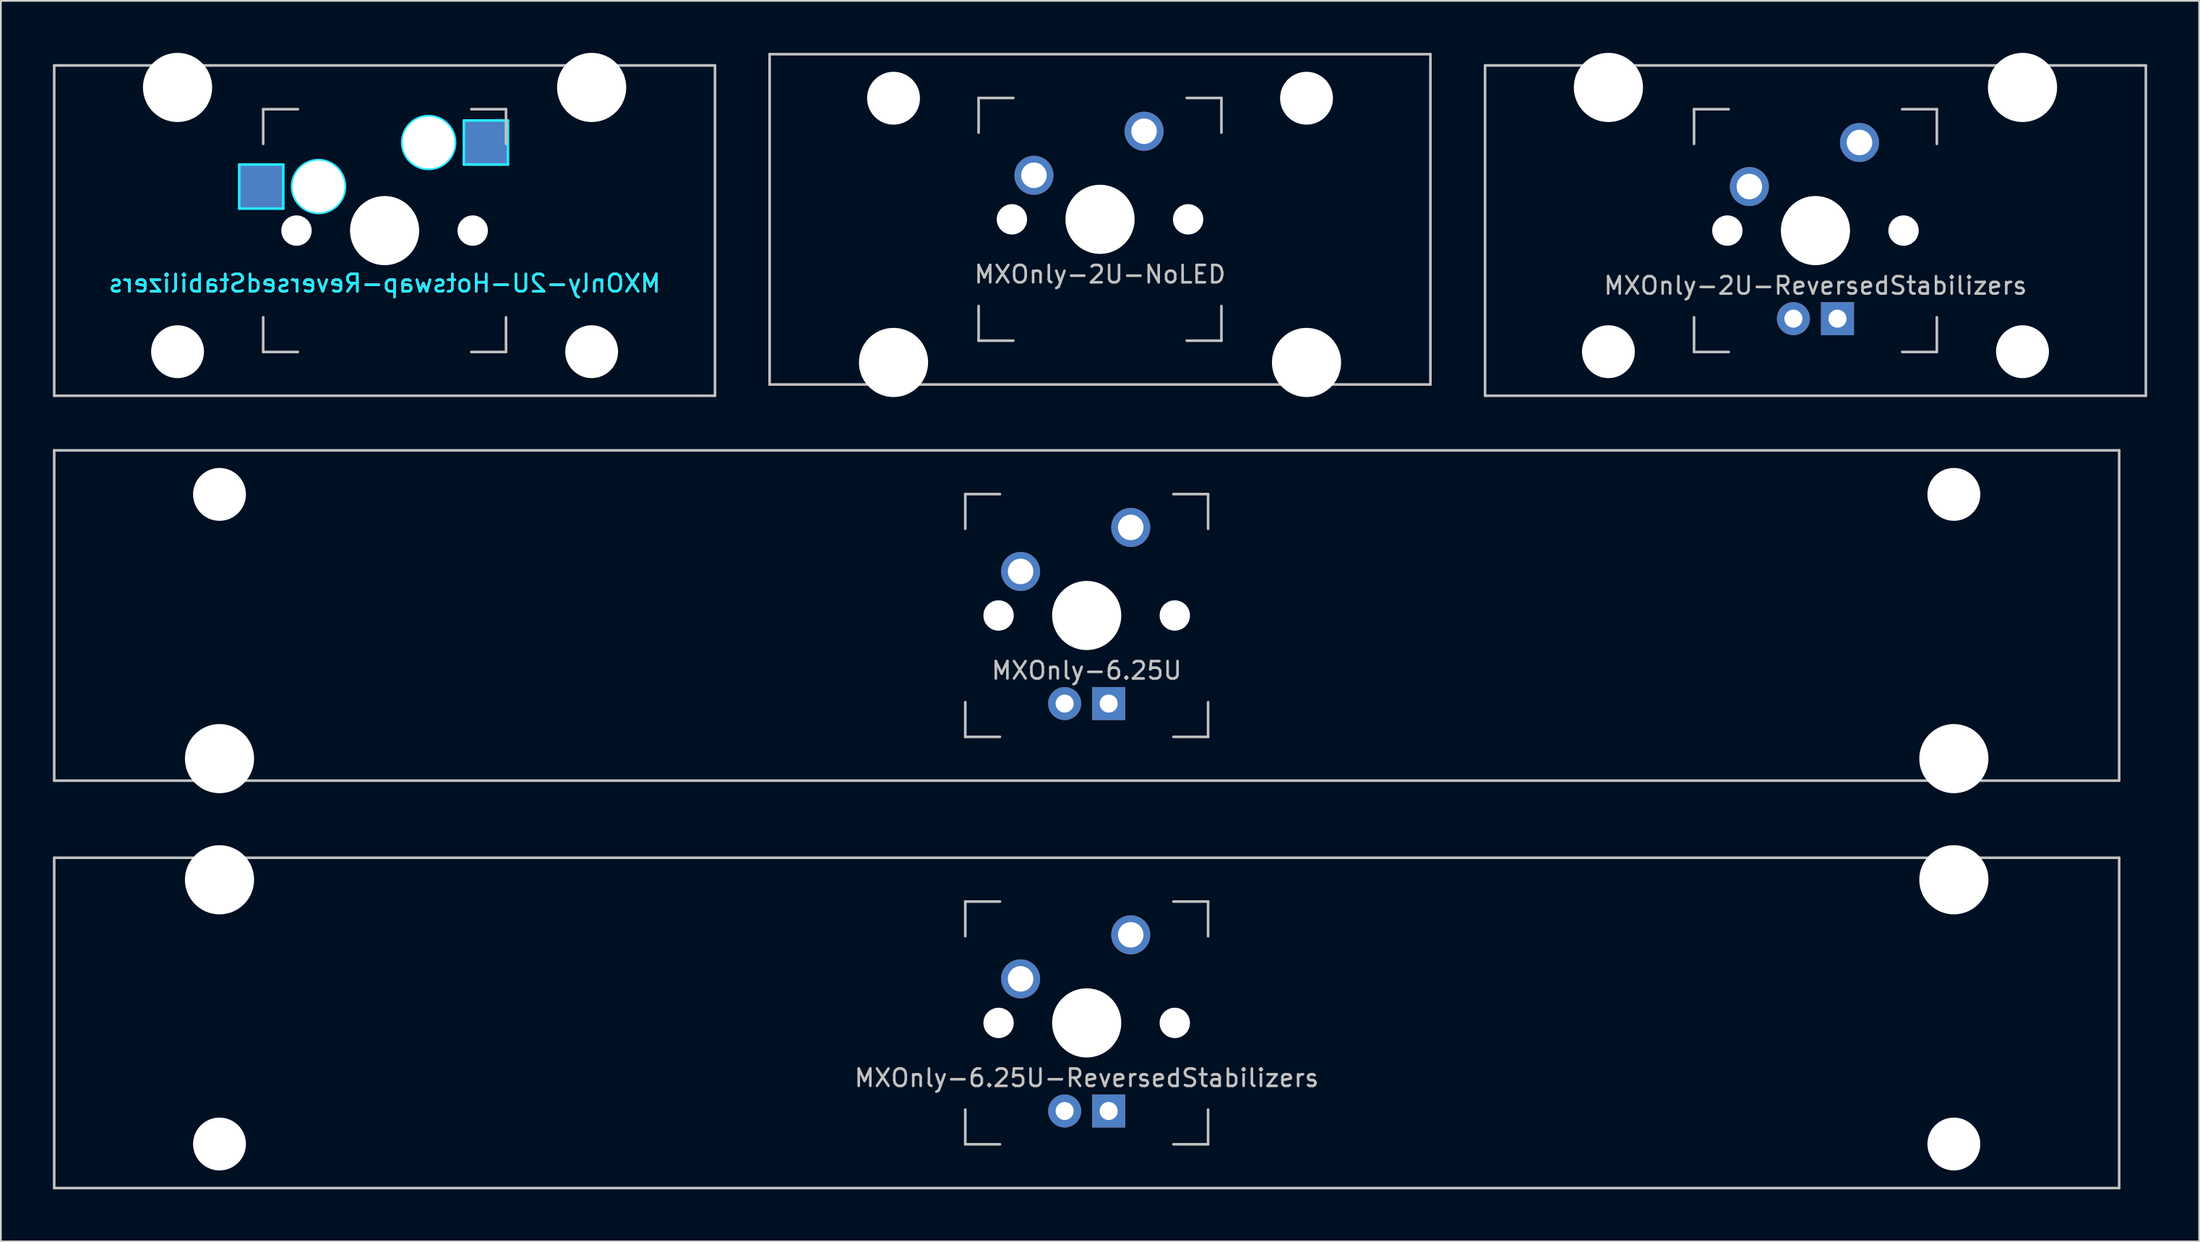
<source format=kicad_pcb>
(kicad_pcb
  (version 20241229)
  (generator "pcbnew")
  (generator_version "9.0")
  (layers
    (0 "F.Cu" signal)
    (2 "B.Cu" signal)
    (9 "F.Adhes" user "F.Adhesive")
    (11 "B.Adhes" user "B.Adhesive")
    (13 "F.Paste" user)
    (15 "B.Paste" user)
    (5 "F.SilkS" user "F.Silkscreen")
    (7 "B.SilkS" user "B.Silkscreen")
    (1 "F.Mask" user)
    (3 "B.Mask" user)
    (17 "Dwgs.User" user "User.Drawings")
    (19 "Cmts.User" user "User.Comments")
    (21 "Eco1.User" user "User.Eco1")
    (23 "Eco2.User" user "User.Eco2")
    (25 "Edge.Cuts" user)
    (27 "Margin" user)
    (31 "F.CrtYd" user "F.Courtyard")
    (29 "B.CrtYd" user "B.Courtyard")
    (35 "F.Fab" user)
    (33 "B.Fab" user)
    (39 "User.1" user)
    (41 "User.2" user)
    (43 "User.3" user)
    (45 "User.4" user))
  (footprint "MXOnly-6.25U-ReversedStabilizers"
    (layer "F.Cu")
    (at 59.606 55.947)
    (property "Reference" "MXOnly-6.25U-ReversedStabilizers" (at 0 3.175 0) (layer "Dwgs.User") (effects (font (size 1 1) (thickness 0.15))))
    (attr through_hole)
    (fp_line (start -59.531 -9.525) (end 59.531 -9.525) (stroke (width 0.15) (type solid)) (layer "Dwgs.User"))
    (fp_line (start -59.531 9.525) (end -59.531 -9.525) (stroke (width 0.15) (type solid)) (layer "Dwgs.User"))
    (fp_line (start -59.531 9.525) (end 59.531 9.525) (stroke (width 0.15) (type solid)) (layer "Dwgs.User"))
    (fp_line (start -7 -7) (end -7 -5) (stroke (width 0.15) (type solid)) (layer "Dwgs.User"))
    (fp_line (start -7 5) (end -7 7) (stroke (width 0.15) (type solid)) (layer "Dwgs.User"))
    (fp_line (start -7 7) (end -5 7) (stroke (width 0.15) (type solid)) (layer "Dwgs.User"))
    (fp_line (start -5 -7) (end -7 -7) (stroke (width 0.15) (type solid)) (layer "Dwgs.User"))
    (fp_line (start 5 -7) (end 7 -7) (stroke (width 0.15) (type solid)) (layer "Dwgs.User"))
    (fp_line (start 5 7) (end 7 7) (stroke (width 0.15) (type solid)) (layer "Dwgs.User"))
    (fp_line (start 7 -7) (end 7 -5) (stroke (width 0.15) (type solid)) (layer "Dwgs.User"))
    (fp_line (start 7 7) (end 7 5) (stroke (width 0.15) (type solid)) (layer "Dwgs.User"))
    (fp_line (start 59.531 -9.525) (end 59.531 9.525) (stroke (width 0.15) (type solid)) (layer "Dwgs.User"))
    (pad "" np_thru_hole circle (at -50 -8.255) (size 3.988 3.988) (drill 3.988) (layers "*.Cu" "*.Mask"))
    (pad "" np_thru_hole circle (at -50 6.985) (size 3.048 3.048) (drill 3.048) (layers "*.Cu" "*.Mask"))
    (pad "" np_thru_hole circle (at -5.08 0 48.1) (size 1.75 1.75) (drill 1.75) (layers "*.Cu" "*.Mask"))
    (pad "" np_thru_hole circle (at 0 0) (size 3.988 3.988) (drill 3.988) (layers "*.Cu" "*.Mask"))
    (pad "" np_thru_hole circle (at 5.08 0 48.1) (size 1.75 1.75) (drill 1.75) (layers "*.Cu" "*.Mask"))
    (pad "" np_thru_hole circle (at 50 -8.255) (size 3.988 3.988) (drill 3.988) (layers "*.Cu" "*.Mask"))
    (pad "" np_thru_hole circle (at 50 6.985) (size 3.048 3.048) (drill 3.048) (layers "*.Cu" "*.Mask"))
    (pad "1" thru_hole circle (at -3.81 -2.54) (size 2.25 2.25) (drill 1.47) (layers "*.Cu" "B.Mask"))
    (pad "2" thru_hole circle (at 2.54 -5.08) (size 2.25 2.25) (drill 1.47) (layers "*.Cu" "B.Mask"))
    (pad "3" thru_hole circle (at -1.27 5.08) (size 1.905 1.905) (drill 1.04) (layers "*.Cu" "B.Mask"))
    (pad "4" thru_hole rect (at 1.27 5.08) (size 1.905 1.905) (drill 1.04) (layers "*.Cu" "B.Mask")))
  (footprint "MXOnly-6.25U"
    (layer "F.Cu")
    (at 59.606 32.449)
    (property "Reference" "MXOnly-6.25U" (at 0 3.175 0) (layer "Dwgs.User") (effects (font (size 1 1) (thickness 0.15))))
    (attr through_hole)
    (fp_line (start -59.531 -9.525) (end 59.531 -9.525) (stroke (width 0.15) (type solid)) (layer "Dwgs.User"))
    (fp_line (start -59.531 9.525) (end -59.531 -9.525) (stroke (width 0.15) (type solid)) (layer "Dwgs.User"))
    (fp_line (start -59.531 9.525) (end 59.531 9.525) (stroke (width 0.15) (type solid)) (layer "Dwgs.User"))
    (fp_line (start -7 -7) (end -7 -5) (stroke (width 0.15) (type solid)) (layer "Dwgs.User"))
    (fp_line (start -7 5) (end -7 7) (stroke (width 0.15) (type solid)) (layer "Dwgs.User"))
    (fp_line (start -7 7) (end -5 7) (stroke (width 0.15) (type solid)) (layer "Dwgs.User"))
    (fp_line (start -5 -7) (end -7 -7) (stroke (width 0.15) (type solid)) (layer "Dwgs.User"))
    (fp_line (start 5 -7) (end 7 -7) (stroke (width 0.15) (type solid)) (layer "Dwgs.User"))
    (fp_line (start 5 7) (end 7 7) (stroke (width 0.15) (type solid)) (layer "Dwgs.User"))
    (fp_line (start 7 -7) (end 7 -5) (stroke (width 0.15) (type solid)) (layer "Dwgs.User"))
    (fp_line (start 7 7) (end 7 5) (stroke (width 0.15) (type solid)) (layer "Dwgs.User"))
    (fp_line (start 59.531 -9.525) (end 59.531 9.525) (stroke (width 0.15) (type solid)) (layer "Dwgs.User"))
    (pad "" np_thru_hole circle (at -50 -6.985) (size 3.048 3.048) (drill 3.048) (layers "*.Cu" "*.Mask"))
    (pad "" np_thru_hole circle (at -50 8.255) (size 3.988 3.988) (drill 3.988) (layers "*.Cu" "*.Mask"))
    (pad "" np_thru_hole circle (at -5.08 0 48.1) (size 1.75 1.75) (drill 1.75) (layers "*.Cu" "*.Mask"))
    (pad "" np_thru_hole circle (at 0 0) (size 3.988 3.988) (drill 3.988) (layers "*.Cu" "*.Mask"))
    (pad "" np_thru_hole circle (at 5.08 0 48.1) (size 1.75 1.75) (drill 1.75) (layers "*.Cu" "*.Mask"))
    (pad "" np_thru_hole circle (at 50 -6.985) (size 3.048 3.048) (drill 3.048) (layers "*.Cu" "*.Mask"))
    (pad "" np_thru_hole circle (at 50 8.255) (size 3.988 3.988) (drill 3.988) (layers "*.Cu" "*.Mask"))
    (pad "1" thru_hole circle (at -3.81 -2.54) (size 2.25 2.25) (drill 1.47) (layers "*.Cu" "B.Mask"))
    (pad "2" thru_hole circle (at 2.54 -5.08) (size 2.25 2.25) (drill 1.47) (layers "*.Cu" "B.Mask"))
    (pad "3" thru_hole circle (at -1.27 5.08) (size 1.905 1.905) (drill 1.04) (layers "*.Cu" "B.Mask"))
    (pad "4" thru_hole rect (at 1.27 5.08) (size 1.905 1.905) (drill 1.04) (layers "*.Cu" "B.Mask")))
  (footprint "MXOnly-2U-ReversedStabilizers"
    (layer "F.Cu")
    (at 101.625 10.249)
    (property "Reference" "MXOnly-2U-ReversedStabilizers" (at 0 3.175 0) (layer "Dwgs.User") (effects (font (size 1 1) (thickness 0.15))))
    (attr through_hole)
    (fp_line (start -19.05 -9.525) (end 19.05 -9.525) (stroke (width 0.15) (type solid)) (layer "Dwgs.User"))
    (fp_line (start -19.05 9.525) (end -19.05 -9.525) (stroke (width 0.15) (type solid)) (layer "Dwgs.User"))
    (fp_line (start -19.05 9.525) (end 19.05 9.525) (stroke (width 0.15) (type solid)) (layer "Dwgs.User"))
    (fp_line (start -7 -7) (end -7 -5) (stroke (width 0.15) (type solid)) (layer "Dwgs.User"))
    (fp_line (start -7 5) (end -7 7) (stroke (width 0.15) (type solid)) (layer "Dwgs.User"))
    (fp_line (start -7 7) (end -5 7) (stroke (width 0.15) (type solid)) (layer "Dwgs.User"))
    (fp_line (start -5 -7) (end -7 -7) (stroke (width 0.15) (type solid)) (layer "Dwgs.User"))
    (fp_line (start 5 -7) (end 7 -7) (stroke (width 0.15) (type solid)) (layer "Dwgs.User"))
    (fp_line (start 5 7) (end 7 7) (stroke (width 0.15) (type solid)) (layer "Dwgs.User"))
    (fp_line (start 7 -7) (end 7 -5) (stroke (width 0.15) (type solid)) (layer "Dwgs.User"))
    (fp_line (start 7 7) (end 7 5) (stroke (width 0.15) (type solid)) (layer "Dwgs.User"))
    (fp_line (start 19.05 -9.525) (end 19.05 9.525) (stroke (width 0.15) (type solid)) (layer "Dwgs.User"))
    (pad "" np_thru_hole circle (at -11.938 -8.255) (size 3.988 3.988) (drill 3.988) (layers "*.Cu" "*.Mask"))
    (pad "" np_thru_hole circle (at -11.938 6.985) (size 3.048 3.048) (drill 3.048) (layers "*.Cu" "*.Mask"))
    (pad "" np_thru_hole circle (at -5.08 0 48.1) (size 1.75 1.75) (drill 1.75) (layers "*.Cu" "*.Mask"))
    (pad "" np_thru_hole circle (at 0 0) (size 3.988 3.988) (drill 3.988) (layers "*.Cu" "*.Mask"))
    (pad "" np_thru_hole circle (at 5.08 0 48.1) (size 1.75 1.75) (drill 1.75) (layers "*.Cu" "*.Mask"))
    (pad "" np_thru_hole circle (at 11.938 -8.255) (size 3.988 3.988) (drill 3.988) (layers "*.Cu" "*.Mask"))
    (pad "" np_thru_hole circle (at 11.938 6.985) (size 3.048 3.048) (drill 3.048) (layers "*.Cu" "*.Mask"))
    (pad "1" thru_hole circle (at -3.81 -2.54) (size 2.25 2.25) (drill 1.47) (layers "*.Cu" "B.Mask"))
    (pad "2" thru_hole circle (at 2.54 -5.08) (size 2.25 2.25) (drill 1.47) (layers "*.Cu" "B.Mask"))
    (pad "3" thru_hole circle (at -1.27 5.08) (size 1.905 1.905) (drill 1.04) (layers "*.Cu" "B.Mask"))
    (pad "4" thru_hole rect (at 1.27 5.08) (size 1.905 1.905) (drill 1.04) (layers "*.Cu" "B.Mask")))
  (footprint "MXOnly-2U-NoLED"
    (layer "F.Cu")
    (at 60.375 9.6)
    (property "Reference" "MXOnly-2U-NoLED" (at 0 3.175 0) (layer "Dwgs.User") (effects (font (size 1 1) (thickness 0.15))))
    (attr through_hole)
    (fp_line (start -19.05 -9.525) (end 19.05 -9.525) (stroke (width 0.15) (type solid)) (layer "Dwgs.User"))
    (fp_line (start -19.05 9.525) (end -19.05 -9.525) (stroke (width 0.15) (type solid)) (layer "Dwgs.User"))
    (fp_line (start -19.05 9.525) (end 19.05 9.525) (stroke (width 0.15) (type solid)) (layer "Dwgs.User"))
    (fp_line (start -7 -7) (end -7 -5) (stroke (width 0.15) (type solid)) (layer "Dwgs.User"))
    (fp_line (start -7 5) (end -7 7) (stroke (width 0.15) (type solid)) (layer "Dwgs.User"))
    (fp_line (start -7 7) (end -5 7) (stroke (width 0.15) (type solid)) (layer "Dwgs.User"))
    (fp_line (start -5 -7) (end -7 -7) (stroke (width 0.15) (type solid)) (layer "Dwgs.User"))
    (fp_line (start 5 -7) (end 7 -7) (stroke (width 0.15) (type solid)) (layer "Dwgs.User"))
    (fp_line (start 5 7) (end 7 7) (stroke (width 0.15) (type solid)) (layer "Dwgs.User"))
    (fp_line (start 7 -7) (end 7 -5) (stroke (width 0.15) (type solid)) (layer "Dwgs.User"))
    (fp_line (start 7 7) (end 7 5) (stroke (width 0.15) (type solid)) (layer "Dwgs.User"))
    (fp_line (start 19.05 -9.525) (end 19.05 9.525) (stroke (width 0.15) (type solid)) (layer "Dwgs.User"))
    (pad "" np_thru_hole circle (at -11.906 -6.985) (size 3.048 3.048) (drill 3.048) (layers "*.Cu" "*.Mask"))
    (pad "" np_thru_hole circle (at -11.906 8.255) (size 3.988 3.988) (drill 3.988) (layers "*.Cu" "*.Mask"))
    (pad "" np_thru_hole circle (at -5.08 0 48.1) (size 1.75 1.75) (drill 1.75) (layers "*.Cu" "*.Mask"))
    (pad "" np_thru_hole circle (at 0 0) (size 3.988 3.988) (drill 3.988) (layers "*.Cu" "*.Mask"))
    (pad "" np_thru_hole circle (at 5.08 0 48.1) (size 1.75 1.75) (drill 1.75) (layers "*.Cu" "*.Mask"))
    (pad "" np_thru_hole circle (at 11.906 -6.985) (size 3.048 3.048) (drill 3.048) (layers "*.Cu" "*.Mask"))
    (pad "" np_thru_hole circle (at 11.906 8.255) (size 3.988 3.988) (drill 3.988) (layers "*.Cu" "*.Mask"))
    (pad "1" thru_hole circle (at -3.81 -2.54) (size 2.25 2.25) (drill 1.47) (layers "*.Cu" "B.Mask"))
    (pad "2" thru_hole circle (at 2.54 -5.08) (size 2.25 2.25) (drill 1.47) (layers "*.Cu" "B.Mask")))
  (footprint "MXOnly-2U-Hotswap-ReversedStabilizers"
    (layer "F.Cu")
    (at 19.125 10.249)
    (property "Reference" "MXOnly-2U-Hotswap-ReversedStabilizers" (at 0 3.048 0) (layer "B.CrtYd") (effects (font (size 1 1) (thickness 0.15)) (justify mirror)))
    (attr smd)
    (fp_line (start -19.05 -9.525) (end 19.05 -9.525) (stroke (width 0.15) (type solid)) (layer "Dwgs.User"))
    (fp_line (start -19.05 9.525) (end -19.05 -9.525) (stroke (width 0.15) (type solid)) (layer "Dwgs.User"))
    (fp_line (start -7 -7) (end -7 -5) (stroke (width 0.15) (type solid)) (layer "Dwgs.User"))
    (fp_line (start -7 5) (end -7 7) (stroke (width 0.15) (type solid)) (layer "Dwgs.User"))
    (fp_line (start -7 7) (end -5 7) (stroke (width 0.15) (type solid)) (layer "Dwgs.User"))
    (fp_line (start -5 -7) (end -7 -7) (stroke (width 0.15) (type solid)) (layer "Dwgs.User"))
    (fp_line (start 5 -7) (end 7 -7) (stroke (width 0.15) (type solid)) (layer "Dwgs.User"))
    (fp_line (start 5 7) (end 7 7) (stroke (width 0.15) (type solid)) (layer "Dwgs.User"))
    (fp_line (start 7 -7) (end 7 -5) (stroke (width 0.15) (type solid)) (layer "Dwgs.User"))
    (fp_line (start 7 7) (end 7 5) (stroke (width 0.15) (type solid)) (layer "Dwgs.User"))
    (fp_line (start 19.05 -9.525) (end 19.05 9.525) (stroke (width 0.15) (type solid)) (layer "Dwgs.User"))
    (fp_line (start 19.05 9.525) (end -19.05 9.525) (stroke (width 0.15) (type solid)) (layer "Dwgs.User"))
    (fp_line (start -8.382 -3.81) (end -5.842 -3.81) (stroke (width 0.15) (type solid)) (layer "B.CrtYd"))
    (fp_line (start -8.382 -1.27) (end -8.382 -3.81) (stroke (width 0.15) (type solid)) (layer "B.CrtYd"))
    (fp_line (start -5.842 -3.81) (end -5.842 -1.27) (stroke (width 0.15) (type solid)) (layer "B.CrtYd"))
    (fp_line (start -5.842 -1.27) (end -8.382 -1.27) (stroke (width 0.15) (type solid)) (layer "B.CrtYd"))
    (fp_line (start 4.572 -6.35) (end 7.112 -6.35) (stroke (width 0.15) (type solid)) (layer "B.CrtYd"))
    (fp_line (start 4.572 -3.81) (end 4.572 -6.35) (stroke (width 0.15) (type solid)) (layer "B.CrtYd"))
    (fp_line (start 7.112 -6.35) (end 7.112 -3.81) (stroke (width 0.15) (type solid)) (layer "B.CrtYd"))
    (fp_line (start 7.112 -3.81) (end 4.572 -3.81) (stroke (width 0.15) (type solid)) (layer "B.CrtYd"))
    (fp_circle (center -3.81 -2.54) (end -3.81 -4.064) (stroke (width 0.15) (type solid)) (fill no) (layer "B.CrtYd"))
    (fp_circle (center 2.54 -5.08) (end 2.54 -6.604) (stroke (width 0.15) (type solid)) (fill no) (layer "B.CrtYd"))
    (fp_text user "${REFERENCE}" (at 0 3.048 0) (layer "B.SilkS") (effects (font (size 1 1) (thickness 0.15)) (justify mirror)))
    (pad "" np_thru_hole circle (at -11.938 -8.255) (size 3.988 3.988) (drill 3.988) (layers "*.Cu" "*.Mask"))
    (pad "" np_thru_hole circle (at -11.938 6.985) (size 3.048 3.048) (drill 3.048) (layers "*.Cu" "*.Mask"))
    (pad "" np_thru_hole circle (at -5.08 0 48.1) (size 1.75 1.75) (drill 1.75) (layers "*.Cu" "*.Mask"))
    (pad "" np_thru_hole circle (at -3.81 -2.54) (size 3 3) (drill 3) (layers "*.Cu" "*.Mask"))
    (pad "" np_thru_hole circle (at 0 0) (size 3.988 3.988) (drill 3.988) (layers "*.Cu" "*.Mask"))
    (pad "" np_thru_hole circle (at 2.54 -5.08) (size 3 3) (drill 3) (layers "*.Cu" "*.Mask"))
    (pad "" np_thru_hole circle (at 5.08 0 48.1) (size 1.75 1.75) (drill 1.75) (layers "*.Cu" "*.Mask"))
    (pad "" np_thru_hole circle (at 11.938 -8.255) (size 3.988 3.988) (drill 3.988) (layers "*.Cu" "*.Mask"))
    (pad "" np_thru_hole circle (at 11.938 6.985) (size 3.048 3.048) (drill 3.048) (layers "*.Cu" "*.Mask"))
    (pad "1" smd rect (at -7.085 -2.54) (size 2.55 2.5) (layers "B.Cu" "B.Mask" "B.Paste"))
    (pad "2" smd rect (at 5.842 -5.08) (size 2.55 2.5) (layers "B.Cu" "B.Mask" "B.Paste")))
  (gr_rect
    (start -3 -3)
    (end 123.75 68.547)
    (stroke (width 0.1) (type default))
    (fill no)
    (layer "Edge.Cuts")))
</source>
